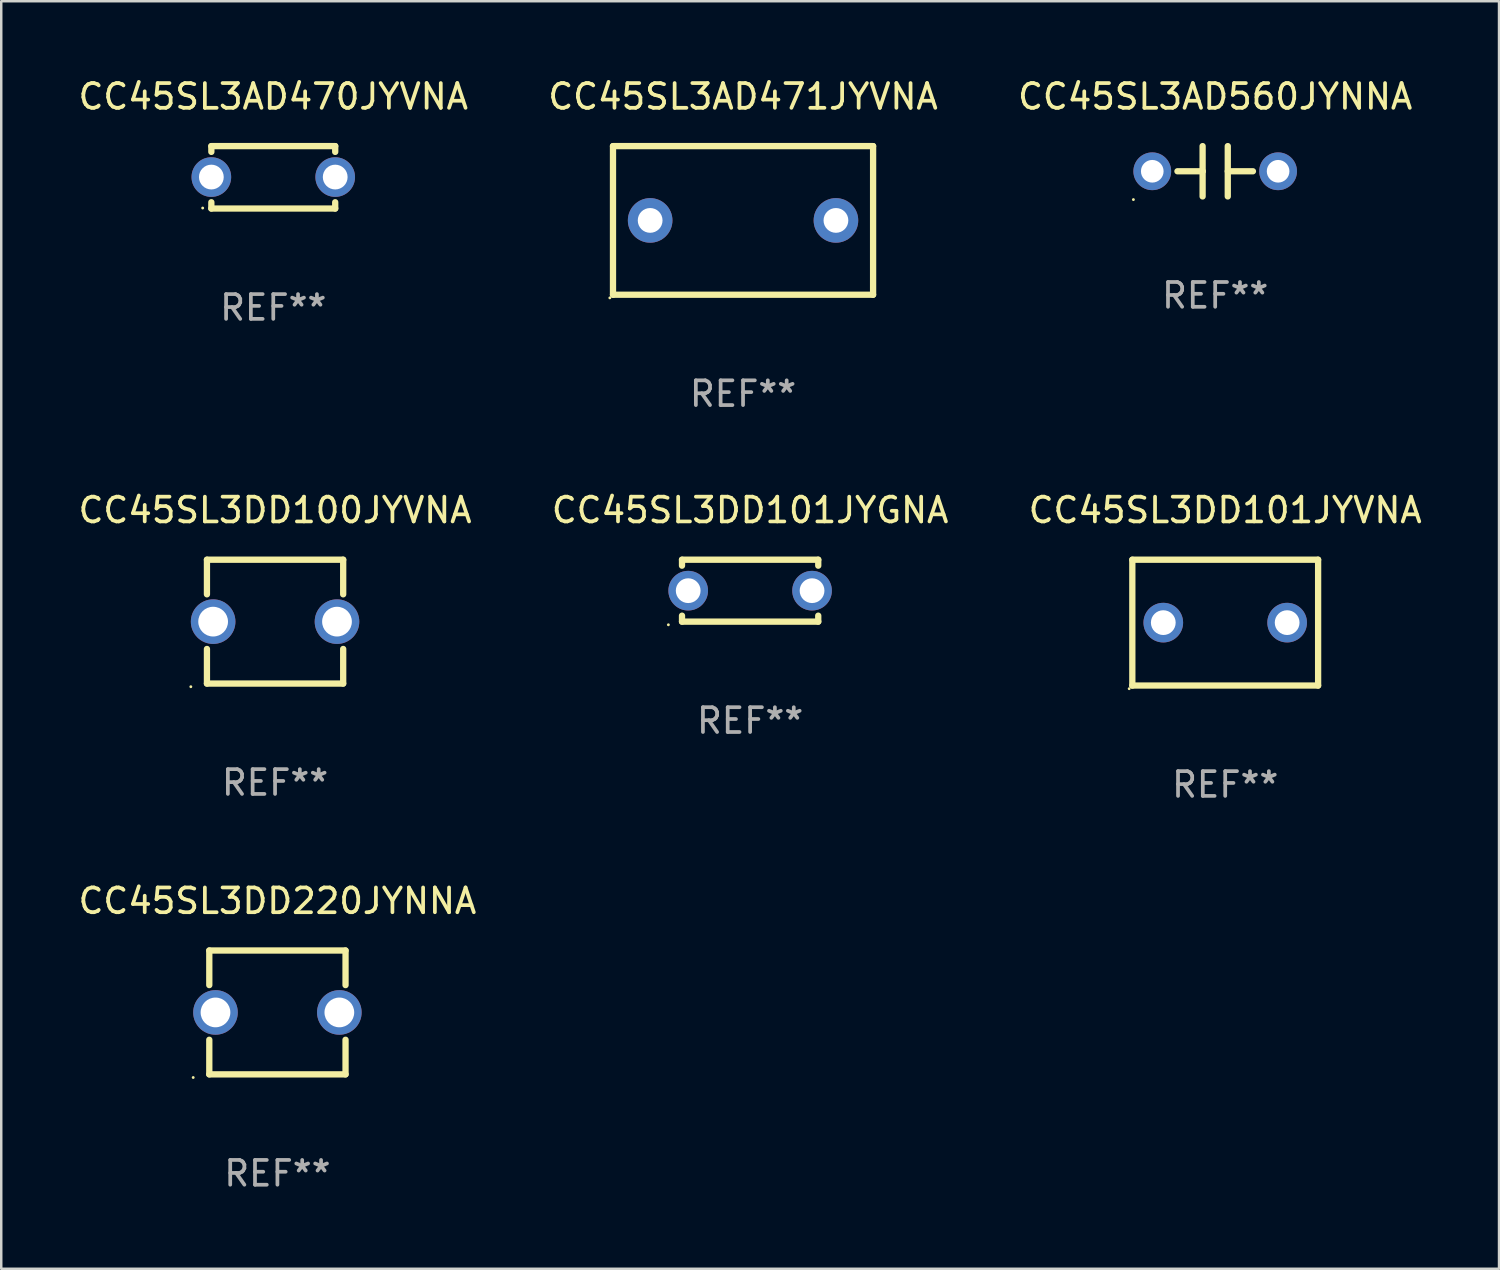
<source format=kicad_pcb>
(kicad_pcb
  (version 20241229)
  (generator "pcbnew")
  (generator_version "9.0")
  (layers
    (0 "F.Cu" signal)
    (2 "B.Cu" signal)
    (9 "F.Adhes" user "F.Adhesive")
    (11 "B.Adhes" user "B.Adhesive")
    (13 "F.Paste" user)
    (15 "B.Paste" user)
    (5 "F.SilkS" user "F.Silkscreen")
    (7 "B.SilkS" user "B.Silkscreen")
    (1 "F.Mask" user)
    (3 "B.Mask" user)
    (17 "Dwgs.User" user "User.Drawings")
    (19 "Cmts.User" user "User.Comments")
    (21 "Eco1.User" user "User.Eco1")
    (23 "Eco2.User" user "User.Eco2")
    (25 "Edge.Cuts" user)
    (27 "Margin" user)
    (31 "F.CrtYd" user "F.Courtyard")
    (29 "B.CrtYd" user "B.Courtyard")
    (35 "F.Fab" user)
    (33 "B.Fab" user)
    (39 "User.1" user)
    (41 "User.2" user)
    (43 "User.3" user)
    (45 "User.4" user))
  (footprint "CC45SL3AD560JYNNA"
    (layer "F.Cu")
    (at 46.006 3.864)
    (property "Reference" "CC45SL3AD560JYNNA" (at 0 -3.016 0) (layer "F.SilkS") (effects (font (size 1 1) (thickness 0.15))))
    (attr through_hole)
    (fp_line (start -1.524 0) (end -0.508 0) (stroke (width 0.254) (type solid)) (layer "F.SilkS"))
    (fp_line (start -0.508 0) (end -0.508 -1.016) (stroke (width 0.254) (type solid)) (layer "F.SilkS"))
    (fp_line (start -0.508 0) (end -0.508 1.016) (stroke (width 0.254) (type solid)) (layer "F.SilkS"))
    (fp_line (start 0.508 -1.016) (end 0.508 1.016) (stroke (width 0.254) (type solid)) (layer "F.SilkS"))
    (fp_line (start 1.524 0) (end 0.508 0) (stroke (width 0.254) (type solid)) (layer "F.SilkS"))
    (fp_circle (center -3.302 1.143) (end -3.272 1.143) (stroke (width 0.06) (type solid)) (fill no) (layer "F.SilkS"))
    (fp_text user "REF**" (at 0 5.016 0) (layer "F.Fab") (effects (font (size 1 1) (thickness 0.15))))
    (pad "1" thru_hole circle (at -2.54 0) (size 1.524 1.524) (drill 0.914) (layers "*.Cu" "*.Mask"))
    (pad "2" thru_hole circle (at 2.54 0) (size 1.524 1.524) (drill 0.914) (layers "*.Cu" "*.Mask")))
  (footprint "CC45SL3DD220JYNNA"
    (layer "F.Cu")
    (at 8.149 37.821)
    (property "Reference" "CC45SL3DD220JYNNA" (at 0 -4.5 0) (layer "F.SilkS") (effects (font (size 1 1) (thickness 0.15))))
    (attr through_hole)
    (fp_line (start -2.75 -2.5) (end -2.75 -1.103) (stroke (width 0.254) (type solid)) (layer "F.SilkS"))
    (fp_line (start -2.75 -2.5) (end 2.75 -2.5) (stroke (width 0.254) (type solid)) (layer "F.SilkS"))
    (fp_line (start -2.75 1.103) (end -2.75 2.5) (stroke (width 0.254) (type solid)) (layer "F.SilkS"))
    (fp_line (start 2.75 -2.5) (end 2.75 -1.103) (stroke (width 0.254) (type solid)) (layer "F.SilkS"))
    (fp_line (start 2.75 1.103) (end 2.75 2.5) (stroke (width 0.254) (type solid)) (layer "F.SilkS"))
    (fp_line (start 2.75 2.5) (end -2.75 2.5) (stroke (width 0.254) (type solid)) (layer "F.SilkS"))
    (fp_circle (center -3.4 2.627) (end -3.37 2.627) (stroke (width 0.06) (type solid)) (fill no) (layer "F.SilkS"))
    (fp_text user "REF**" (at 0 6.5 0) (layer "F.Fab") (effects (font (size 1 1) (thickness 0.15))))
    (pad "1" thru_hole circle (at -2.5 0) (size 1.8 1.8) (drill 1.2) (layers "*.Cu" "*.Mask"))
    (pad "2" thru_hole circle (at 2.5 0) (size 1.8 1.8) (drill 1.2) (layers "*.Cu" "*.Mask")))
  (footprint "CC45SL3AD471JYVNA"
    (layer "F.Cu")
    (at 26.946 5.848)
    (property "Reference" "CC45SL3AD471JYVNA" (at 0 -5 0) (layer "F.SilkS") (effects (font (size 1 1) (thickness 0.15))))
    (attr through_hole)
    (fp_line (start -5.25 -3) (end -5.25 3) (stroke (width 0.254) (type solid)) (layer "F.SilkS"))
    (fp_line (start -5.25 -3) (end 5.25 -3) (stroke (width 0.254) (type solid)) (layer "F.SilkS"))
    (fp_line (start 5.25 -3) (end 5.25 3) (stroke (width 0.254) (type solid)) (layer "F.SilkS"))
    (fp_line (start 5.25 3) (end -5.25 3) (stroke (width 0.254) (type solid)) (layer "F.SilkS"))
    (fp_circle (center -5.377 3.127) (end -5.347 3.127) (stroke (width 0.06) (type solid)) (fill no) (layer "F.SilkS"))
    (fp_text user "REF**" (at 0 7 0) (layer "F.Fab") (effects (font (size 1 1) (thickness 0.15))))
    (pad "1" thru_hole circle (at -3.75 0) (size 1.8 1.8) (drill 1) (layers "*.Cu" "*.Mask"))
    (pad "2" thru_hole circle (at 3.75 0) (size 1.8 1.8) (drill 1) (layers "*.Cu" "*.Mask")))
  (footprint "CC45SL3DD101JYGNA"
    (layer "F.Cu")
    (at 27.232 20.795)
    (property "Reference" "CC45SL3DD101JYGNA" (at 0 -3.25 0) (layer "F.SilkS") (effects (font (size 1 1) (thickness 0.15))))
    (attr through_hole)
    (fp_line (start -2.75 -1.25) (end -2.75 -1.009) (stroke (width 0.254) (type solid)) (layer "F.SilkS"))
    (fp_line (start -2.75 -1.25) (end 2.75 -1.25) (stroke (width 0.254) (type solid)) (layer "F.SilkS"))
    (fp_line (start -2.75 1.009) (end -2.75 1.25) (stroke (width 0.254) (type solid)) (layer "F.SilkS"))
    (fp_line (start 2.75 -1.25) (end 2.75 -1.009) (stroke (width 0.254) (type solid)) (layer "F.SilkS"))
    (fp_line (start 2.75 1.009) (end 2.75 1.25) (stroke (width 0.254) (type solid)) (layer "F.SilkS"))
    (fp_line (start 2.75 1.25) (end -2.75 1.25) (stroke (width 0.254) (type solid)) (layer "F.SilkS"))
    (fp_circle (center -3.3 1.377) (end -3.27 1.377) (stroke (width 0.06) (type solid)) (fill no) (layer "F.SilkS"))
    (fp_text user "REF**" (at 0 5.25 0) (layer "F.Fab") (effects (font (size 1 1) (thickness 0.15))))
    (pad "1" thru_hole circle (at -2.5 0) (size 1.6 1.6) (drill 1) (layers "*.Cu" "*.Mask"))
    (pad "2" thru_hole circle (at 2.5 0) (size 1.6 1.6) (drill 1) (layers "*.Cu" "*.Mask")))
  (footprint "CC45SL3DD101JYVNA"
    (layer "F.Cu")
    (at 46.411 22.085)
    (property "Reference" "CC45SL3DD101JYVNA" (at 0 -4.54 0) (layer "F.SilkS") (effects (font (size 1 1) (thickness 0.15))))
    (attr through_hole)
    (fp_line (start -3.75 -2.54) (end 3.75 -2.54) (stroke (width 0.254) (type solid)) (layer "F.SilkS"))
    (fp_line (start -3.75 2.54) (end -3.75 -2.54) (stroke (width 0.254) (type solid)) (layer "F.SilkS"))
    (fp_line (start 3.75 -2.54) (end 3.75 2.54) (stroke (width 0.254) (type solid)) (layer "F.SilkS"))
    (fp_line (start 3.75 2.54) (end -3.75 2.54) (stroke (width 0.254) (type solid)) (layer "F.SilkS"))
    (fp_circle (center -3.877 2.667) (end -3.847 2.667) (stroke (width 0.06) (type solid)) (fill no) (layer "F.SilkS"))
    (fp_text user "REF**" (at 0 6.54 0) (layer "F.Fab") (effects (font (size 1 1) (thickness 0.15))))
    (pad "1" thru_hole circle (at -2.5 0) (size 1.6 1.6) (drill 1) (layers "*.Cu" "*.Mask"))
    (pad "2" thru_hole circle (at 2.5 0) (size 1.6 1.6) (drill 1) (layers "*.Cu" "*.Mask")))
  (footprint "CC45SL3DD100JYVNA"
    (layer "F.Cu")
    (at 8.054 22.045)
    (property "Reference" "CC45SL3DD100JYVNA" (at 0 -4.5 0) (layer "F.SilkS") (effects (font (size 1 1) (thickness 0.15))))
    (attr through_hole)
    (fp_line (start -2.75 -2.5) (end -2.75 -1.103) (stroke (width 0.254) (type solid)) (layer "F.SilkS"))
    (fp_line (start -2.75 -2.5) (end 2.75 -2.5) (stroke (width 0.254) (type solid)) (layer "F.SilkS"))
    (fp_line (start -2.75 1.103) (end -2.75 2.5) (stroke (width 0.254) (type solid)) (layer "F.SilkS"))
    (fp_line (start 2.75 -2.5) (end 2.75 -1.103) (stroke (width 0.254) (type solid)) (layer "F.SilkS"))
    (fp_line (start 2.75 1.103) (end 2.75 2.5) (stroke (width 0.254) (type solid)) (layer "F.SilkS"))
    (fp_line (start 2.75 2.5) (end -2.75 2.5) (stroke (width 0.254) (type solid)) (layer "F.SilkS"))
    (fp_circle (center -3.4 2.627) (end -3.37 2.627) (stroke (width 0.06) (type solid)) (fill no) (layer "F.SilkS"))
    (fp_text user "REF**" (at 0 6.5 0) (layer "F.Fab") (effects (font (size 1 1) (thickness 0.15))))
    (pad "1" thru_hole circle (at -2.5 0) (size 1.8 1.8) (drill 1.2) (layers "*.Cu" "*.Mask"))
    (pad "2" thru_hole circle (at 2.5 0) (size 1.8 1.8) (drill 1.2) (layers "*.Cu" "*.Mask")))
  (footprint "CC45SL3AD470JYVNA"
    (layer "F.Cu")
    (at 7.982 4.108)
    (property "Reference" "CC45SL3AD470JYVNA" (at 0 -3.26 0) (layer "F.SilkS") (effects (font (size 1 1) (thickness 0.15))))
    (attr through_hole)
    (fp_line (start -2.5 -1.26) (end -2.5 -1.026) (stroke (width 0.254) (type solid)) (layer "F.SilkS"))
    (fp_line (start -2.5 -1.26) (end 2.5 -1.26) (stroke (width 0.254) (type solid)) (layer "F.SilkS"))
    (fp_line (start -2.5 1.26) (end -2.5 1.006) (stroke (width 0.254) (type solid)) (layer "F.SilkS"))
    (fp_line (start 2.5 -1.26) (end 2.5 -1.026) (stroke (width 0.254) (type solid)) (layer "F.SilkS"))
    (fp_line (start 2.5 1.26) (end -2.5 1.26) (stroke (width 0.254) (type solid)) (layer "F.SilkS"))
    (fp_line (start 2.5 1.26) (end 2.5 1.006) (stroke (width 0.254) (type solid)) (layer "F.SilkS"))
    (fp_circle (center -2.85 1.24) (end -2.82 1.24) (stroke (width 0.06) (type solid)) (fill no) (layer "F.SilkS"))
    (fp_text user "REF**" (at 0 5.26 0) (layer "F.Fab") (effects (font (size 1 1) (thickness 0.15))))
    (pad "1" thru_hole circle (at -2.5 -0.01) (size 1.6 1.6) (drill 1) (layers "*.Cu" "*.Mask"))
    (pad "2" thru_hole circle (at 2.5 -0.01) (size 1.6 1.6) (drill 1) (layers "*.Cu" "*.Mask")))
  (gr_rect
    (start -3 -3)
    (end 57.464 48.17)
    (stroke (width 0.1) (type default))
    (fill no)
    (layer "Edge.Cuts")))
</source>
